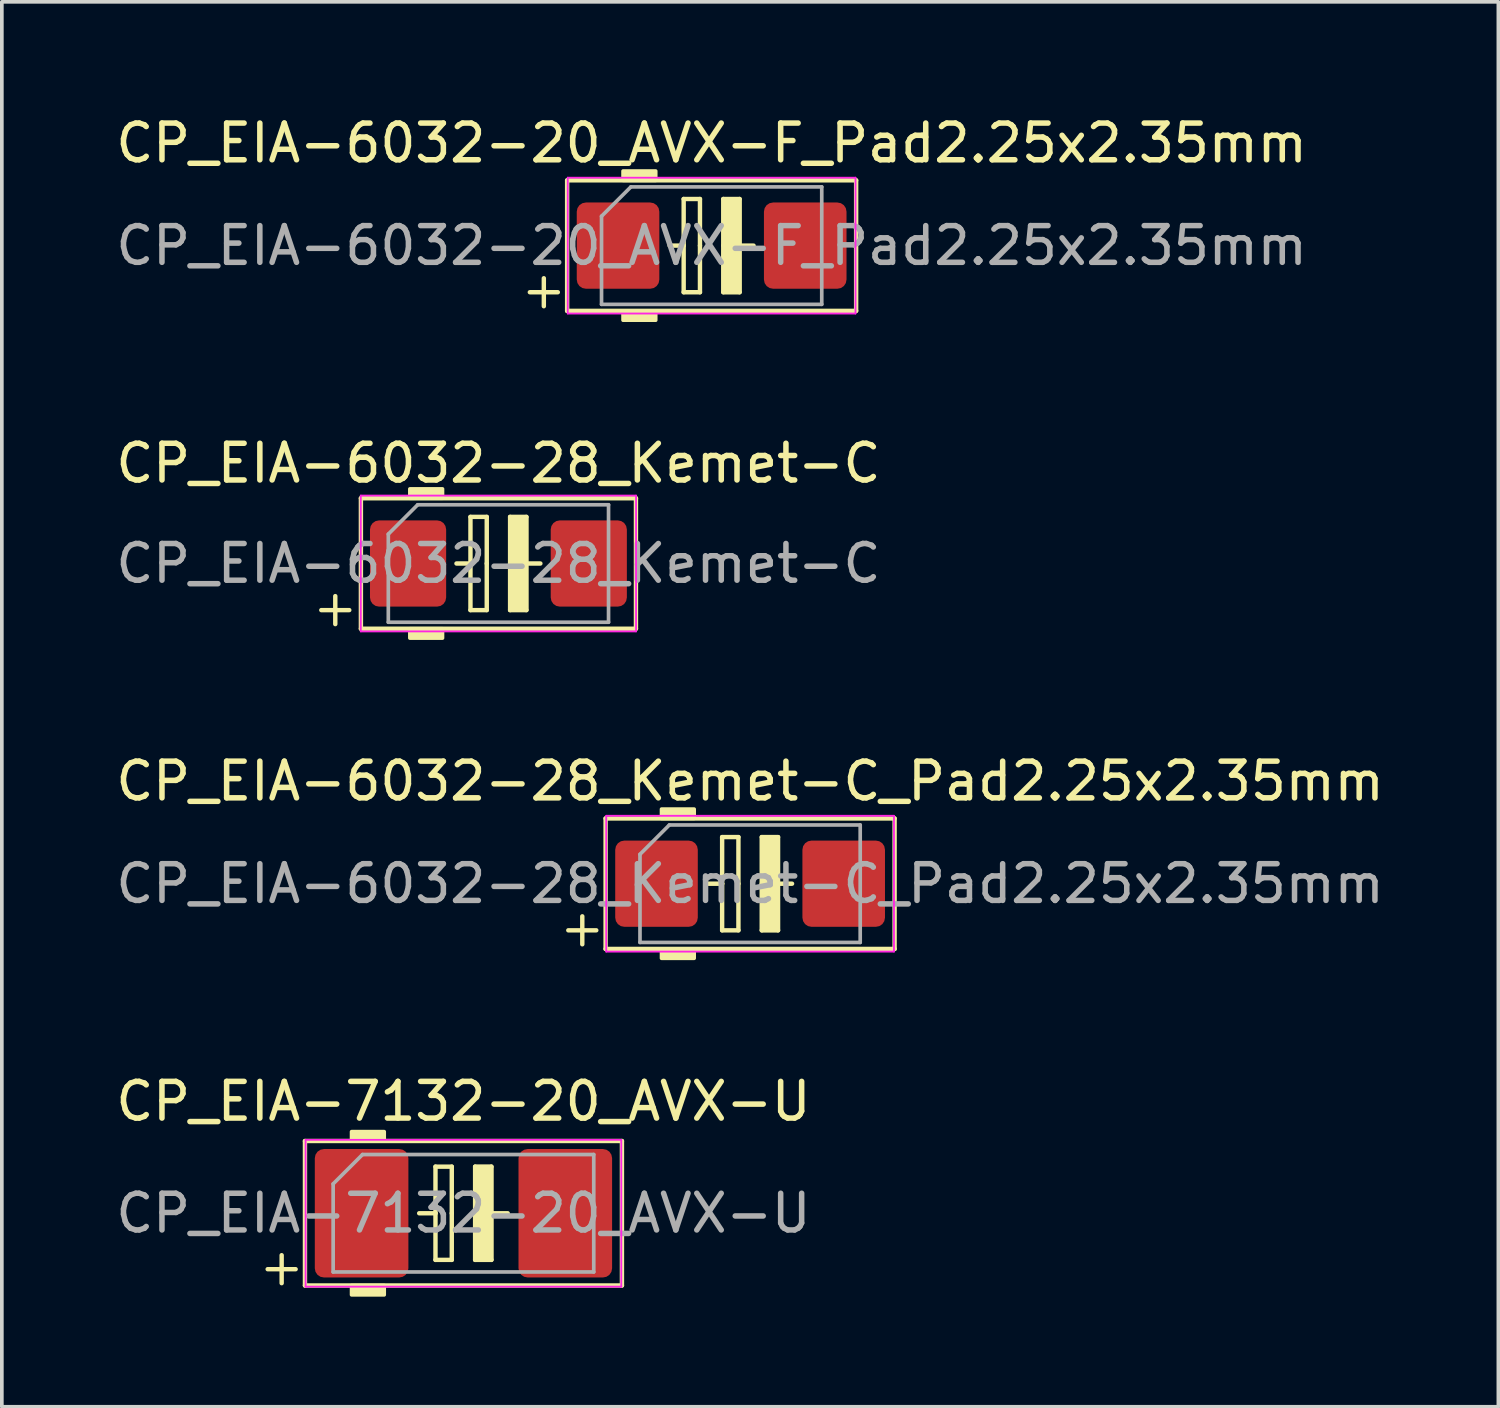
<source format=kicad_pcb>
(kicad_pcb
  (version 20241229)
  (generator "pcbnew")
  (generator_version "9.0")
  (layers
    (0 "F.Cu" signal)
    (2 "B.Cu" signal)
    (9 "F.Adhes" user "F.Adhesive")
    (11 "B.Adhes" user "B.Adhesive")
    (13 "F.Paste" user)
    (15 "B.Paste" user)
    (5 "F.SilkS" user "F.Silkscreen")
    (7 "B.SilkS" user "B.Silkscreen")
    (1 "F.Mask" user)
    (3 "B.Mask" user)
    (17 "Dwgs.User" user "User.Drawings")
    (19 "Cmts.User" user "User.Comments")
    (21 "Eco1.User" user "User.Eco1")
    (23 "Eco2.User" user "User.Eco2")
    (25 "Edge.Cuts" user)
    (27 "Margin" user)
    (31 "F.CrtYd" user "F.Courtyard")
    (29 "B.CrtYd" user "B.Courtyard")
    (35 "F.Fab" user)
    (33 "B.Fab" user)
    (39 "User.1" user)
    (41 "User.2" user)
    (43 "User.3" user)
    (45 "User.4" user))
  (footprint "CP_EIA-6032-28_Kemet-C"
    (layer "F.Cu")
    (at 10.53 12.303)
    (property "Reference" "CP_EIA-6032-28_Kemet-C" (at 0 -2.731 0) (layer "F.SilkS") (effects (font (size 1 1) (thickness 0.15))))
    (attr smd)
    (fp_line (start -4.826 1.27) (end -4.064 1.27) (stroke (width 0.12) (type solid)) (layer "F.SilkS"))
    (fp_line (start -4.445 0.889) (end -4.445 1.651) (stroke (width 0.12) (type solid)) (layer "F.SilkS"))
    (fp_line (start -3.747 -1.778) (end -3.747 1.778) (stroke (width 0.12) (type solid)) (layer "F.SilkS"))
    (fp_line (start -3.747 1.778) (end 3.747 1.778) (stroke (width 0.12) (type solid)) (layer "F.SilkS"))
    (fp_line (start -0.762 -1.27) (end -0.762 0) (stroke (width 0.12) (type solid)) (layer "F.SilkS"))
    (fp_line (start -0.762 0) (end -1.143 0) (stroke (width 0.12) (type solid)) (layer "F.SilkS"))
    (fp_line (start -0.762 1.27) (end -0.762 0) (stroke (width 0.12) (type solid)) (layer "F.SilkS"))
    (fp_line (start -0.318 -1.27) (end -0.762 -1.27) (stroke (width 0.12) (type solid)) (layer "F.SilkS"))
    (fp_line (start -0.318 -1.27) (end -0.318 0) (stroke (width 0.12) (type solid)) (layer "F.SilkS"))
    (fp_line (start -0.318 1.27) (end -0.762 1.27) (stroke (width 0.12) (type solid)) (layer "F.SilkS"))
    (fp_line (start -0.318 1.27) (end -0.318 0) (stroke (width 0.12) (type solid)) (layer "F.SilkS"))
    (fp_line (start 0.318 -1.27) (end 0.318 0) (stroke (width 0.12) (type solid)) (layer "F.SilkS"))
    (fp_line (start 0.318 1.27) (end 0.318 0) (stroke (width 0.12) (type solid)) (layer "F.SilkS"))
    (fp_line (start 0.762 -1.27) (end 0.318 -1.27) (stroke (width 0.12) (type solid)) (layer "F.SilkS"))
    (fp_line (start 0.762 -1.27) (end 0.762 0) (stroke (width 0.12) (type solid)) (layer "F.SilkS"))
    (fp_line (start 0.762 0) (end 1.143 0) (stroke (width 0.12) (type solid)) (layer "F.SilkS"))
    (fp_line (start 0.762 1.27) (end 0.318 1.27) (stroke (width 0.12) (type solid)) (layer "F.SilkS"))
    (fp_line (start 0.762 1.27) (end 0.762 0) (stroke (width 0.12) (type solid)) (layer "F.SilkS"))
    (fp_line (start 3.747 -1.778) (end -3.747 -1.778) (stroke (width 0.12) (type solid)) (layer "F.SilkS"))
    (fp_line (start 3.747 1.778) (end 3.747 -1.778) (stroke (width 0.12) (type solid)) (layer "F.SilkS"))
    (fp_poly (pts (xy -1.524 -1.778) (xy -2.413 -1.778) (xy -2.413 -2.032) (xy -1.524 -2.032)) (stroke (width 0.1) (type solid)) (fill yes) (layer "F.SilkS"))
    (fp_poly (pts (xy -1.524 2.032) (xy -2.413 2.032) (xy -2.413 1.778) (xy -1.524 1.778)) (stroke (width 0.1) (type solid)) (fill yes) (layer "F.SilkS"))
    (fp_poly (pts (xy 0.762 1.27) (xy 0.318 1.27) (xy 0.318 -1.27) (xy 0.762 -1.27)) (stroke (width 0.1) (type solid)) (fill yes) (layer "F.SilkS"))
    (fp_line (start -3.75 -1.85) (end 3.75 -1.85) (stroke (width 0.05) (type solid)) (layer "F.CrtYd"))
    (fp_line (start -3.75 1.85) (end -3.75 -1.85) (stroke (width 0.05) (type solid)) (layer "F.CrtYd"))
    (fp_line (start 3.75 -1.85) (end 3.75 1.85) (stroke (width 0.05) (type solid)) (layer "F.CrtYd"))
    (fp_line (start 3.75 1.85) (end -3.75 1.85) (stroke (width 0.05) (type solid)) (layer "F.CrtYd"))
    (fp_line (start -3 -0.8) (end -3 1.6) (stroke (width 0.1) (type solid)) (layer "F.Fab"))
    (fp_line (start -3 1.6) (end 3 1.6) (stroke (width 0.1) (type solid)) (layer "F.Fab"))
    (fp_line (start -2.2 -1.6) (end -3 -0.8) (stroke (width 0.1) (type solid)) (layer "F.Fab"))
    (fp_line (start 3 -1.6) (end -2.2 -1.6) (stroke (width 0.1) (type solid)) (layer "F.Fab"))
    (fp_line (start 3 1.6) (end 3 -1.6) (stroke (width 0.1) (type solid)) (layer "F.Fab"))
    (fp_text user "${REFERENCE}" (at 0 0 0) (layer "F.Fab") (effects (font (size 1 1) (thickness 0.15))))
    (pad "1" smd roundrect (at -2.462 0) (size 2.075 2.35) (layers "F.Cu" "F.Mask" "F.Paste") (roundrect_rratio 0.12))
    (pad "2" smd roundrect (at 2.462 0) (size 2.075 2.35) (layers "F.Cu" "F.Mask" "F.Paste") (roundrect_rratio 0.12)))
  (footprint "CP_EIA-6032-20_AVX-F_Pad2.25x2.35mm"
    (layer "F.Cu")
    (at 16.339 3.642)
    (property "Reference" "CP_EIA-6032-20_AVX-F_Pad2.25x2.35mm" (at 0 -2.794 0) (layer "F.SilkS") (effects (font (size 1 1) (thickness 0.15))))
    (attr smd)
    (fp_line (start -4.953 1.27) (end -4.191 1.27) (stroke (width 0.12) (type solid)) (layer "F.SilkS"))
    (fp_line (start -4.572 0.889) (end -4.572 1.651) (stroke (width 0.12) (type solid)) (layer "F.SilkS"))
    (fp_line (start -3.937 -1.778) (end -3.937 1.778) (stroke (width 0.12) (type solid)) (layer "F.SilkS"))
    (fp_line (start -3.937 1.778) (end 3.937 1.778) (stroke (width 0.12) (type solid)) (layer "F.SilkS"))
    (fp_line (start -0.762 -1.27) (end -0.762 0) (stroke (width 0.12) (type solid)) (layer "F.SilkS"))
    (fp_line (start -0.762 0) (end -1.143 0) (stroke (width 0.12) (type solid)) (layer "F.SilkS"))
    (fp_line (start -0.762 1.27) (end -0.762 0) (stroke (width 0.12) (type solid)) (layer "F.SilkS"))
    (fp_line (start -0.318 -1.27) (end -0.762 -1.27) (stroke (width 0.12) (type solid)) (layer "F.SilkS"))
    (fp_line (start -0.318 -1.27) (end -0.318 0) (stroke (width 0.12) (type solid)) (layer "F.SilkS"))
    (fp_line (start -0.318 1.27) (end -0.762 1.27) (stroke (width 0.12) (type solid)) (layer "F.SilkS"))
    (fp_line (start -0.318 1.27) (end -0.318 0) (stroke (width 0.12) (type solid)) (layer "F.SilkS"))
    (fp_line (start 0.318 -1.27) (end 0.318 0) (stroke (width 0.12) (type solid)) (layer "F.SilkS"))
    (fp_line (start 0.318 1.27) (end 0.318 0) (stroke (width 0.12) (type solid)) (layer "F.SilkS"))
    (fp_line (start 0.762 -1.27) (end 0.318 -1.27) (stroke (width 0.12) (type solid)) (layer "F.SilkS"))
    (fp_line (start 0.762 -1.27) (end 0.762 0) (stroke (width 0.12) (type solid)) (layer "F.SilkS"))
    (fp_line (start 0.762 0) (end 1.143 0) (stroke (width 0.12) (type solid)) (layer "F.SilkS"))
    (fp_line (start 0.762 1.27) (end 0.318 1.27) (stroke (width 0.12) (type solid)) (layer "F.SilkS"))
    (fp_line (start 0.762 1.27) (end 0.762 0) (stroke (width 0.12) (type solid)) (layer "F.SilkS"))
    (fp_line (start 3.937 -1.778) (end -3.937 -1.778) (stroke (width 0.12) (type solid)) (layer "F.SilkS"))
    (fp_line (start 3.937 1.778) (end 3.937 -1.778) (stroke (width 0.12) (type solid)) (layer "F.SilkS"))
    (fp_poly (pts (xy -1.524 -1.778) (xy -2.413 -1.778) (xy -2.413 -2.032) (xy -1.524 -2.032)) (stroke (width 0.1) (type solid)) (fill yes) (layer "F.SilkS"))
    (fp_poly (pts (xy -1.524 2.032) (xy -2.413 2.032) (xy -2.413 1.778) (xy -1.524 1.778)) (stroke (width 0.1) (type solid)) (fill yes) (layer "F.SilkS"))
    (fp_poly (pts (xy 0.762 1.27) (xy 0.318 1.27) (xy 0.318 -1.27) (xy 0.762 -1.27)) (stroke (width 0.1) (type solid)) (fill yes) (layer "F.SilkS"))
    (fp_line (start -3.92 -1.85) (end 3.92 -1.85) (stroke (width 0.05) (type solid)) (layer "F.CrtYd"))
    (fp_line (start -3.92 1.85) (end -3.92 -1.85) (stroke (width 0.05) (type solid)) (layer "F.CrtYd"))
    (fp_line (start 3.92 -1.85) (end 3.92 1.85) (stroke (width 0.05) (type solid)) (layer "F.CrtYd"))
    (fp_line (start 3.92 1.85) (end -3.92 1.85) (stroke (width 0.05) (type solid)) (layer "F.CrtYd"))
    (fp_line (start -3 -0.8) (end -3 1.6) (stroke (width 0.1) (type solid)) (layer "F.Fab"))
    (fp_line (start -3 1.6) (end 3 1.6) (stroke (width 0.1) (type solid)) (layer "F.Fab"))
    (fp_line (start -2.2 -1.6) (end -3 -0.8) (stroke (width 0.1) (type solid)) (layer "F.Fab"))
    (fp_line (start 3 -1.6) (end -2.2 -1.6) (stroke (width 0.1) (type solid)) (layer "F.Fab"))
    (fp_line (start 3 1.6) (end 3 -1.6) (stroke (width 0.1) (type solid)) (layer "F.Fab"))
    (fp_text user "${REFERENCE}" (at 0 0 0) (layer "F.Fab") (effects (font (size 1 1) (thickness 0.15))))
    (pad "1" smd roundrect (at -2.55 0) (size 2.25 2.35) (layers "F.Cu" "F.Mask" "F.Paste") (roundrect_rratio 0.111))
    (pad "2" smd roundrect (at 2.55 0) (size 2.25 2.35) (layers "F.Cu" "F.Mask" "F.Paste") (roundrect_rratio 0.111)))
  (footprint "CP_EIA-7132-20_AVX-U"
    (layer "F.Cu")
    (at 9.577 30.006)
    (property "Reference" "CP_EIA-7132-20_AVX-U" (at 0 -3.048 0) (layer "F.SilkS") (effects (font (size 1 1) (thickness 0.15))))
    (attr smd)
    (fp_line (start -5.334 1.524) (end -4.572 1.524) (stroke (width 0.12) (type solid)) (layer "F.SilkS"))
    (fp_line (start -4.953 1.143) (end -4.953 1.905) (stroke (width 0.12) (type solid)) (layer "F.SilkS"))
    (fp_line (start -4.318 -1.968) (end -4.318 1.968) (stroke (width 0.12) (type solid)) (layer "F.SilkS"))
    (fp_line (start -4.318 1.968) (end 4.318 1.968) (stroke (width 0.12) (type solid)) (layer "F.SilkS"))
    (fp_line (start -0.762 -1.27) (end -0.762 0) (stroke (width 0.12) (type solid)) (layer "F.SilkS"))
    (fp_line (start -0.762 0) (end -1.206 0) (stroke (width 0.12) (type solid)) (layer "F.SilkS"))
    (fp_line (start -0.762 1.27) (end -0.762 0) (stroke (width 0.12) (type solid)) (layer "F.SilkS"))
    (fp_line (start -0.318 -1.27) (end -0.762 -1.27) (stroke (width 0.12) (type solid)) (layer "F.SilkS"))
    (fp_line (start -0.318 -1.27) (end -0.318 0) (stroke (width 0.12) (type solid)) (layer "F.SilkS"))
    (fp_line (start -0.318 1.27) (end -0.762 1.27) (stroke (width 0.12) (type solid)) (layer "F.SilkS"))
    (fp_line (start -0.318 1.27) (end -0.318 0) (stroke (width 0.12) (type solid)) (layer "F.SilkS"))
    (fp_line (start 0.318 -1.27) (end 0.318 0) (stroke (width 0.12) (type solid)) (layer "F.SilkS"))
    (fp_line (start 0.318 1.27) (end 0.318 0) (stroke (width 0.12) (type solid)) (layer "F.SilkS"))
    (fp_line (start 0.762 -1.27) (end 0.318 -1.27) (stroke (width 0.12) (type solid)) (layer "F.SilkS"))
    (fp_line (start 0.762 -1.27) (end 0.762 0) (stroke (width 0.12) (type solid)) (layer "F.SilkS"))
    (fp_line (start 0.762 0) (end 1.206 0) (stroke (width 0.12) (type solid)) (layer "F.SilkS"))
    (fp_line (start 0.762 1.27) (end 0.318 1.27) (stroke (width 0.12) (type solid)) (layer "F.SilkS"))
    (fp_line (start 0.762 1.27) (end 0.762 0) (stroke (width 0.12) (type solid)) (layer "F.SilkS"))
    (fp_line (start 4.318 -1.968) (end -4.318 -1.968) (stroke (width 0.12) (type solid)) (layer "F.SilkS"))
    (fp_line (start 4.318 1.968) (end 4.318 -1.968) (stroke (width 0.12) (type solid)) (layer "F.SilkS"))
    (fp_poly (pts (xy -2.159 -1.968) (xy -3.048 -1.968) (xy -3.048 -2.223) (xy -2.159 -2.223)) (stroke (width 0.1) (type solid)) (fill yes) (layer "F.SilkS"))
    (fp_poly (pts (xy -2.159 2.223) (xy -3.048 2.223) (xy -3.048 1.968) (xy -2.159 1.968)) (stroke (width 0.1) (type solid)) (fill yes) (layer "F.SilkS"))
    (fp_poly (pts (xy 0.762 1.27) (xy 0.318 1.27) (xy 0.318 -1.27) (xy 0.762 -1.27)) (stroke (width 0.1) (type solid)) (fill yes) (layer "F.SilkS"))
    (fp_line (start -4.3 -2) (end 4.3 -2) (stroke (width 0.05) (type solid)) (layer "F.CrtYd"))
    (fp_line (start -4.3 2) (end -4.3 -2) (stroke (width 0.05) (type solid)) (layer "F.CrtYd"))
    (fp_line (start 4.3 -2) (end 4.3 2) (stroke (width 0.05) (type solid)) (layer "F.CrtYd"))
    (fp_line (start 4.3 2) (end -4.3 2) (stroke (width 0.05) (type solid)) (layer "F.CrtYd"))
    (fp_line (start -3.55 -0.8) (end -3.55 1.6) (stroke (width 0.1) (type solid)) (layer "F.Fab"))
    (fp_line (start -3.55 1.6) (end 3.55 1.6) (stroke (width 0.1) (type solid)) (layer "F.Fab"))
    (fp_line (start -2.75 -1.6) (end -3.55 -0.8) (stroke (width 0.1) (type solid)) (layer "F.Fab"))
    (fp_line (start 3.55 -1.6) (end -2.75 -1.6) (stroke (width 0.1) (type solid)) (layer "F.Fab"))
    (fp_line (start 3.55 1.6) (end 3.55 -1.6) (stroke (width 0.1) (type solid)) (layer "F.Fab"))
    (fp_text user "${REFERENCE}" (at 0 0 0) (layer "F.Fab") (effects (font (size 1 1) (thickness 0.15))))
    (pad "1" smd roundrect (at -2.775 0) (size 2.55 3.5) (layers "F.Cu" "F.Mask" "F.Paste") (roundrect_rratio 0.098))
    (pad "2" smd roundrect (at 2.775 0) (size 2.55 3.5) (layers "F.Cu" "F.Mask" "F.Paste") (roundrect_rratio 0.098)))
  (footprint "CP_EIA-6032-28_Kemet-C_Pad2.25x2.35mm"
    (layer "F.Cu")
    (at 17.387 21.027)
    (property "Reference" "CP_EIA-6032-28_Kemet-C_Pad2.25x2.35mm" (at 0 -2.794 0) (layer "F.SilkS") (effects (font (size 1 1) (thickness 0.15))))
    (attr smd)
    (fp_line (start -4.953 1.27) (end -4.191 1.27) (stroke (width 0.12) (type solid)) (layer "F.SilkS"))
    (fp_line (start -4.572 0.889) (end -4.572 1.651) (stroke (width 0.12) (type solid)) (layer "F.SilkS"))
    (fp_line (start -3.937 -1.778) (end -3.937 1.778) (stroke (width 0.12) (type solid)) (layer "F.SilkS"))
    (fp_line (start -3.937 1.778) (end 3.937 1.778) (stroke (width 0.12) (type solid)) (layer "F.SilkS"))
    (fp_line (start -0.762 -1.27) (end -0.762 0) (stroke (width 0.12) (type solid)) (layer "F.SilkS"))
    (fp_line (start -0.762 0) (end -1.143 0) (stroke (width 0.12) (type solid)) (layer "F.SilkS"))
    (fp_line (start -0.762 1.27) (end -0.762 0) (stroke (width 0.12) (type solid)) (layer "F.SilkS"))
    (fp_line (start -0.318 -1.27) (end -0.762 -1.27) (stroke (width 0.12) (type solid)) (layer "F.SilkS"))
    (fp_line (start -0.318 -1.27) (end -0.318 0) (stroke (width 0.12) (type solid)) (layer "F.SilkS"))
    (fp_line (start -0.318 1.27) (end -0.762 1.27) (stroke (width 0.12) (type solid)) (layer "F.SilkS"))
    (fp_line (start -0.318 1.27) (end -0.318 0) (stroke (width 0.12) (type solid)) (layer "F.SilkS"))
    (fp_line (start 0.318 -1.27) (end 0.318 0) (stroke (width 0.12) (type solid)) (layer "F.SilkS"))
    (fp_line (start 0.318 1.27) (end 0.318 0) (stroke (width 0.12) (type solid)) (layer "F.SilkS"))
    (fp_line (start 0.762 -1.27) (end 0.318 -1.27) (stroke (width 0.12) (type solid)) (layer "F.SilkS"))
    (fp_line (start 0.762 -1.27) (end 0.762 0) (stroke (width 0.12) (type solid)) (layer "F.SilkS"))
    (fp_line (start 0.762 0) (end 1.143 0) (stroke (width 0.12) (type solid)) (layer "F.SilkS"))
    (fp_line (start 0.762 1.27) (end 0.318 1.27) (stroke (width 0.12) (type solid)) (layer "F.SilkS"))
    (fp_line (start 0.762 1.27) (end 0.762 0) (stroke (width 0.12) (type solid)) (layer "F.SilkS"))
    (fp_line (start 3.937 -1.778) (end -3.937 -1.778) (stroke (width 0.12) (type solid)) (layer "F.SilkS"))
    (fp_line (start 3.937 1.778) (end 3.937 -1.778) (stroke (width 0.12) (type solid)) (layer "F.SilkS"))
    (fp_poly (pts (xy -1.524 -1.778) (xy -2.413 -1.778) (xy -2.413 -2.032) (xy -1.524 -2.032)) (stroke (width 0.1) (type solid)) (fill yes) (layer "F.SilkS"))
    (fp_poly (pts (xy -1.524 2.032) (xy -2.413 2.032) (xy -2.413 1.778) (xy -1.524 1.778)) (stroke (width 0.1) (type solid)) (fill yes) (layer "F.SilkS"))
    (fp_poly (pts (xy 0.762 1.27) (xy 0.318 1.27) (xy 0.318 -1.27) (xy 0.762 -1.27)) (stroke (width 0.1) (type solid)) (fill yes) (layer "F.SilkS"))
    (fp_line (start -3.92 -1.85) (end 3.92 -1.85) (stroke (width 0.05) (type solid)) (layer "F.CrtYd"))
    (fp_line (start -3.92 1.85) (end -3.92 -1.85) (stroke (width 0.05) (type solid)) (layer "F.CrtYd"))
    (fp_line (start 3.92 -1.85) (end 3.92 1.85) (stroke (width 0.05) (type solid)) (layer "F.CrtYd"))
    (fp_line (start 3.92 1.85) (end -3.92 1.85) (stroke (width 0.05) (type solid)) (layer "F.CrtYd"))
    (fp_line (start -3 -0.8) (end -3 1.6) (stroke (width 0.1) (type solid)) (layer "F.Fab"))
    (fp_line (start -3 1.6) (end 3 1.6) (stroke (width 0.1) (type solid)) (layer "F.Fab"))
    (fp_line (start -2.2 -1.6) (end -3 -0.8) (stroke (width 0.1) (type solid)) (layer "F.Fab"))
    (fp_line (start 3 -1.6) (end -2.2 -1.6) (stroke (width 0.1) (type solid)) (layer "F.Fab"))
    (fp_line (start 3 1.6) (end 3 -1.6) (stroke (width 0.1) (type solid)) (layer "F.Fab"))
    (fp_text user "${REFERENCE}" (at 0 0 0) (layer "F.Fab") (effects (font (size 1 1) (thickness 0.15))))
    (pad "1" smd roundrect (at -2.55 0) (size 2.25 2.35) (layers "F.Cu" "F.Mask" "F.Paste") (roundrect_rratio 0.111))
    (pad "2" smd roundrect (at 2.55 0) (size 2.25 2.35) (layers "F.Cu" "F.Mask" "F.Paste") (roundrect_rratio 0.111)))
  (gr_rect
    (start -3 -3)
    (end 37.774 35.278)
    (stroke (width 0.1) (type default))
    (fill no)
    (layer "Edge.Cuts")))
</source>
